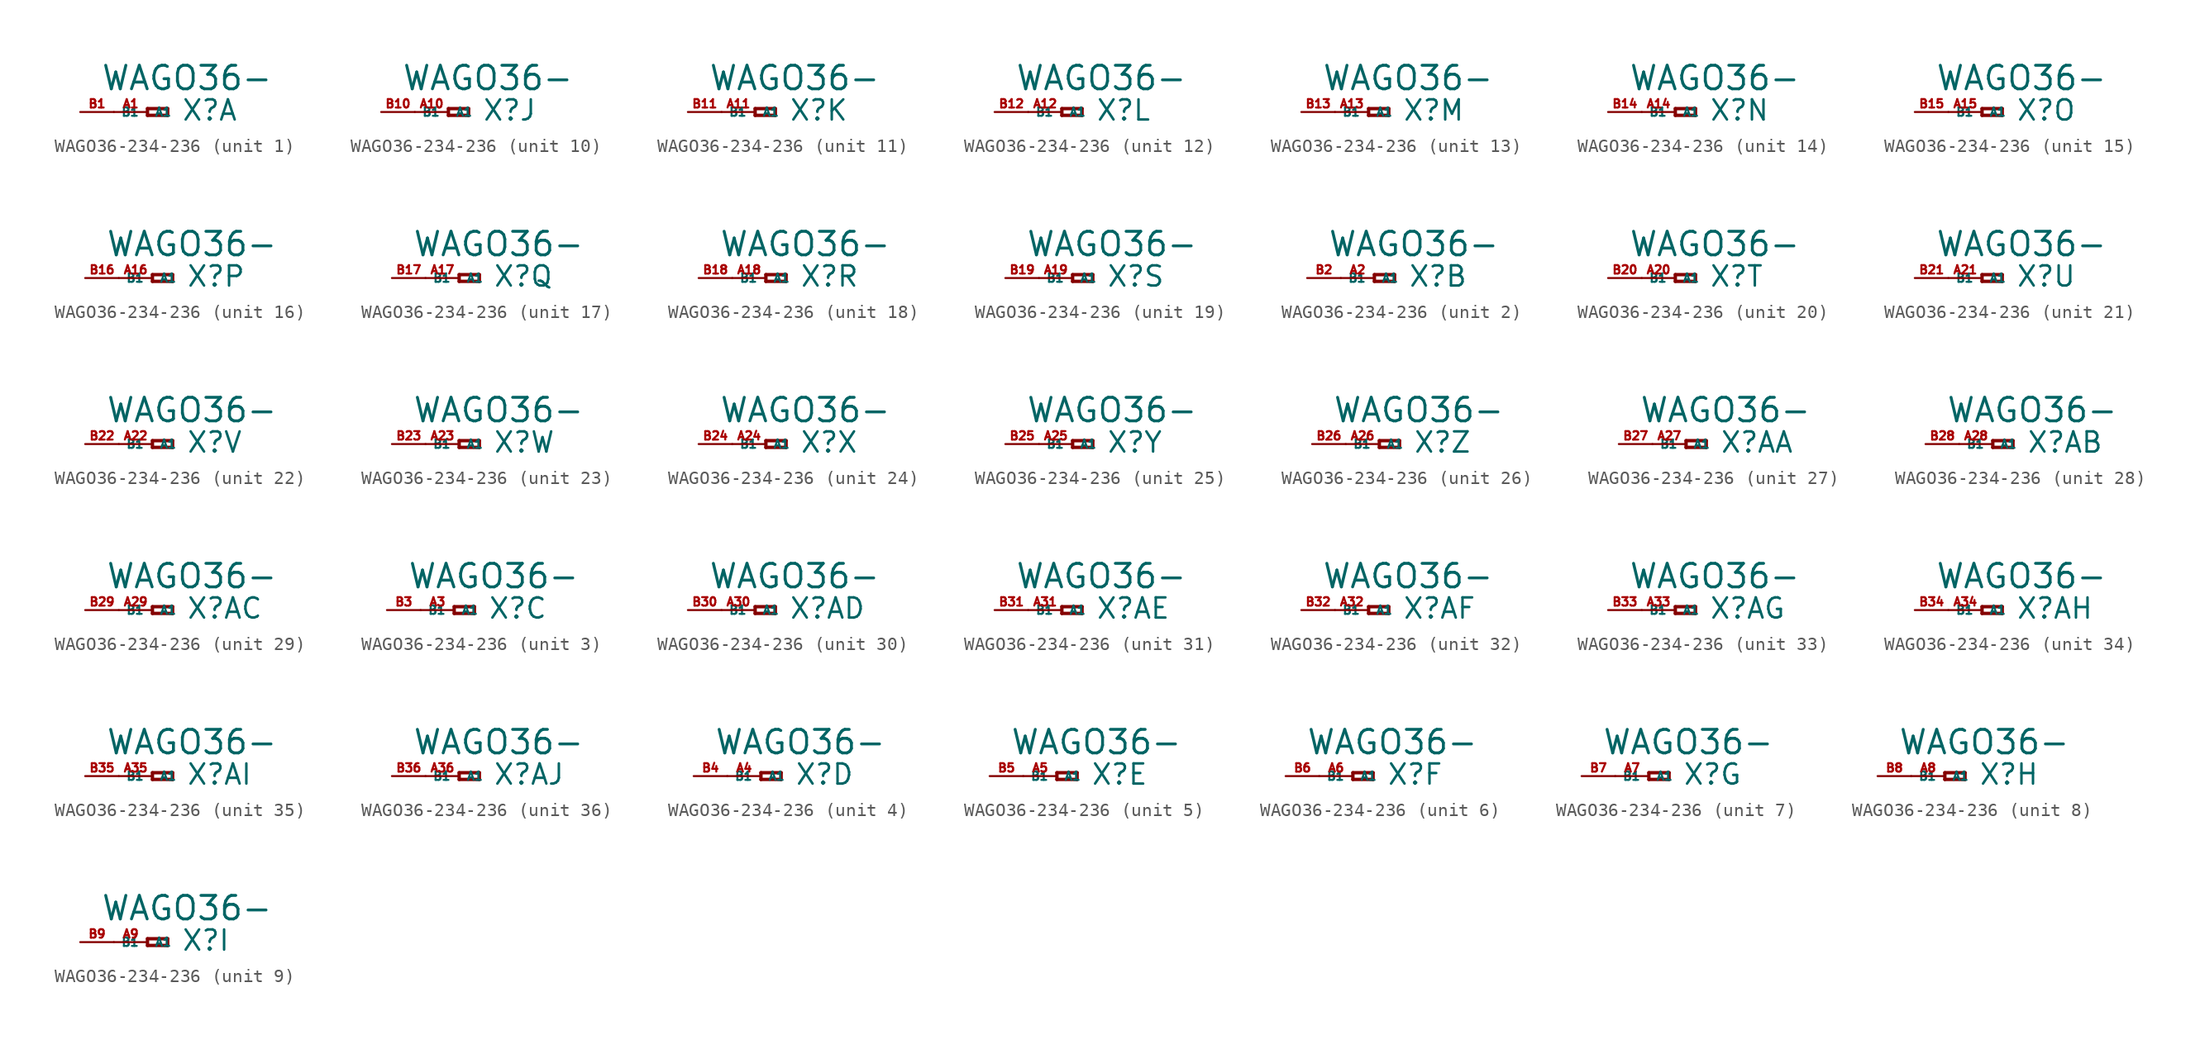
<source format=kicad_sym>
(kicad_symbol_lib
  (version 20220914)
  (generator Eagle2Kicad)
  (symbol "WAGO36-234-236"
    (property "Reference" "X"
      (at 2.54 -0.762 0)
      (effects (font (size 1.524 1.524) (thickness 0.19)) (justify left bottom)))
    (property "Value" "WAGO36-"
      (at -3.556 1.524 0)
      (effects (font (size 1.778 1.778) (thickness 0.22)) (justify left bottom)))
    (symbol "WAGO36-234-236_1_0"
      (polyline (pts (xy 0 0.254) (xy 0 -0.254)) (stroke (width 0.254) (type default)) (fill (type none)))
      (polyline (pts (xy 0 -0.254) (xy 1.524 -0.254)) (stroke (width 0.254) (type default)) (fill (type none)))
      (polyline (pts (xy 1.524 -0.254) (xy 1.524 0.254)) (stroke (width 0.254) (type default)) (fill (type none)))
      (polyline (pts (xy 1.524 0.254) (xy 0 0.254)) (stroke (width 0.254) (type default)) (fill (type none)))
      (pin passive line (at -2.54 0 0) (length 2.54) (name "A1" (effects (font (size 0.635 0.635) (thickness 0.08)) (justify left bottom))) (number "A1" (effects (font (size 0.635 0.635) (thickness 0.08)) (justify left bottom))))
      (pin passive line (at -5.08 0 0) (length 2.54) (name "B1" (effects (font (size 0.635 0.635) (thickness 0.08)) (justify left bottom))) (number "B1" (effects (font (size 0.635 0.635) (thickness 0.08)) (justify left bottom)))))
    (symbol "WAGO36-234-236_2_0"
      (polyline (pts (xy 0 0.254) (xy 0 -0.254)) (stroke (width 0.254) (type default)) (fill (type none)))
      (polyline (pts (xy 0 -0.254) (xy 1.524 -0.254)) (stroke (width 0.254) (type default)) (fill (type none)))
      (polyline (pts (xy 1.524 -0.254) (xy 1.524 0.254)) (stroke (width 0.254) (type default)) (fill (type none)))
      (polyline (pts (xy 1.524 0.254) (xy 0 0.254)) (stroke (width 0.254) (type default)) (fill (type none)))
      (pin passive line (at -2.54 0 0) (length 2.54) (name "A1" (effects (font (size 0.635 0.635) (thickness 0.08)) (justify left bottom))) (number "A2" (effects (font (size 0.635 0.635) (thickness 0.08)) (justify left bottom))))
      (pin passive line (at -5.08 0 0) (length 2.54) (name "B1" (effects (font (size 0.635 0.635) (thickness 0.08)) (justify left bottom))) (number "B2" (effects (font (size 0.635 0.635) (thickness 0.08)) (justify left bottom)))))
    (symbol "WAGO36-234-236_3_0"
      (polyline (pts (xy 0 0.254) (xy 0 -0.254)) (stroke (width 0.254) (type default)) (fill (type none)))
      (polyline (pts (xy 0 -0.254) (xy 1.524 -0.254)) (stroke (width 0.254) (type default)) (fill (type none)))
      (polyline (pts (xy 1.524 -0.254) (xy 1.524 0.254)) (stroke (width 0.254) (type default)) (fill (type none)))
      (polyline (pts (xy 1.524 0.254) (xy 0 0.254)) (stroke (width 0.254) (type default)) (fill (type none)))
      (pin passive line (at -2.54 0 0) (length 2.54) (name "A1" (effects (font (size 0.635 0.635) (thickness 0.08)) (justify left bottom))) (number "A3" (effects (font (size 0.635 0.635) (thickness 0.08)) (justify left bottom))))
      (pin passive line (at -5.08 0 0) (length 2.54) (name "B1" (effects (font (size 0.635 0.635) (thickness 0.08)) (justify left bottom))) (number "B3" (effects (font (size 0.635 0.635) (thickness 0.08)) (justify left bottom)))))
    (symbol "WAGO36-234-236_4_0"
      (polyline (pts (xy 0 0.254) (xy 0 -0.254)) (stroke (width 0.254) (type default)) (fill (type none)))
      (polyline (pts (xy 0 -0.254) (xy 1.524 -0.254)) (stroke (width 0.254) (type default)) (fill (type none)))
      (polyline (pts (xy 1.524 -0.254) (xy 1.524 0.254)) (stroke (width 0.254) (type default)) (fill (type none)))
      (polyline (pts (xy 1.524 0.254) (xy 0 0.254)) (stroke (width 0.254) (type default)) (fill (type none)))
      (pin passive line (at -2.54 0 0) (length 2.54) (name "A1" (effects (font (size 0.635 0.635) (thickness 0.08)) (justify left bottom))) (number "A4" (effects (font (size 0.635 0.635) (thickness 0.08)) (justify left bottom))))
      (pin passive line (at -5.08 0 0) (length 2.54) (name "B1" (effects (font (size 0.635 0.635) (thickness 0.08)) (justify left bottom))) (number "B4" (effects (font (size 0.635 0.635) (thickness 0.08)) (justify left bottom)))))
    (symbol "WAGO36-234-236_5_0"
      (polyline (pts (xy 0 0.254) (xy 0 -0.254)) (stroke (width 0.254) (type default)) (fill (type none)))
      (polyline (pts (xy 0 -0.254) (xy 1.524 -0.254)) (stroke (width 0.254) (type default)) (fill (type none)))
      (polyline (pts (xy 1.524 -0.254) (xy 1.524 0.254)) (stroke (width 0.254) (type default)) (fill (type none)))
      (polyline (pts (xy 1.524 0.254) (xy 0 0.254)) (stroke (width 0.254) (type default)) (fill (type none)))
      (pin passive line (at -2.54 0 0) (length 2.54) (name "A1" (effects (font (size 0.635 0.635) (thickness 0.08)) (justify left bottom))) (number "A5" (effects (font (size 0.635 0.635) (thickness 0.08)) (justify left bottom))))
      (pin passive line (at -5.08 0 0) (length 2.54) (name "B1" (effects (font (size 0.635 0.635) (thickness 0.08)) (justify left bottom))) (number "B5" (effects (font (size 0.635 0.635) (thickness 0.08)) (justify left bottom)))))
    (symbol "WAGO36-234-236_6_0"
      (polyline (pts (xy 0 0.254) (xy 0 -0.254)) (stroke (width 0.254) (type default)) (fill (type none)))
      (polyline (pts (xy 0 -0.254) (xy 1.524 -0.254)) (stroke (width 0.254) (type default)) (fill (type none)))
      (polyline (pts (xy 1.524 -0.254) (xy 1.524 0.254)) (stroke (width 0.254) (type default)) (fill (type none)))
      (polyline (pts (xy 1.524 0.254) (xy 0 0.254)) (stroke (width 0.254) (type default)) (fill (type none)))
      (pin passive line (at -2.54 0 0) (length 2.54) (name "A1" (effects (font (size 0.635 0.635) (thickness 0.08)) (justify left bottom))) (number "A6" (effects (font (size 0.635 0.635) (thickness 0.08)) (justify left bottom))))
      (pin passive line (at -5.08 0 0) (length 2.54) (name "B1" (effects (font (size 0.635 0.635) (thickness 0.08)) (justify left bottom))) (number "B6" (effects (font (size 0.635 0.635) (thickness 0.08)) (justify left bottom)))))
    (symbol "WAGO36-234-236_7_0"
      (polyline (pts (xy 0 0.254) (xy 0 -0.254)) (stroke (width 0.254) (type default)) (fill (type none)))
      (polyline (pts (xy 0 -0.254) (xy 1.524 -0.254)) (stroke (width 0.254) (type default)) (fill (type none)))
      (polyline (pts (xy 1.524 -0.254) (xy 1.524 0.254)) (stroke (width 0.254) (type default)) (fill (type none)))
      (polyline (pts (xy 1.524 0.254) (xy 0 0.254)) (stroke (width 0.254) (type default)) (fill (type none)))
      (pin passive line (at -2.54 0 0) (length 2.54) (name "A1" (effects (font (size 0.635 0.635) (thickness 0.08)) (justify left bottom))) (number "A7" (effects (font (size 0.635 0.635) (thickness 0.08)) (justify left bottom))))
      (pin passive line (at -5.08 0 0) (length 2.54) (name "B1" (effects (font (size 0.635 0.635) (thickness 0.08)) (justify left bottom))) (number "B7" (effects (font (size 0.635 0.635) (thickness 0.08)) (justify left bottom)))))
    (symbol "WAGO36-234-236_8_0"
      (polyline (pts (xy 0 0.254) (xy 0 -0.254)) (stroke (width 0.254) (type default)) (fill (type none)))
      (polyline (pts (xy 0 -0.254) (xy 1.524 -0.254)) (stroke (width 0.254) (type default)) (fill (type none)))
      (polyline (pts (xy 1.524 -0.254) (xy 1.524 0.254)) (stroke (width 0.254) (type default)) (fill (type none)))
      (polyline (pts (xy 1.524 0.254) (xy 0 0.254)) (stroke (width 0.254) (type default)) (fill (type none)))
      (pin passive line (at -2.54 0 0) (length 2.54) (name "A1" (effects (font (size 0.635 0.635) (thickness 0.08)) (justify left bottom))) (number "A8" (effects (font (size 0.635 0.635) (thickness 0.08)) (justify left bottom))))
      (pin passive line (at -5.08 0 0) (length 2.54) (name "B1" (effects (font (size 0.635 0.635) (thickness 0.08)) (justify left bottom))) (number "B8" (effects (font (size 0.635 0.635) (thickness 0.08)) (justify left bottom)))))
    (symbol "WAGO36-234-236_9_0"
      (polyline (pts (xy 0 0.254) (xy 0 -0.254)) (stroke (width 0.254) (type default)) (fill (type none)))
      (polyline (pts (xy 0 -0.254) (xy 1.524 -0.254)) (stroke (width 0.254) (type default)) (fill (type none)))
      (polyline (pts (xy 1.524 -0.254) (xy 1.524 0.254)) (stroke (width 0.254) (type default)) (fill (type none)))
      (polyline (pts (xy 1.524 0.254) (xy 0 0.254)) (stroke (width 0.254) (type default)) (fill (type none)))
      (pin passive line (at -2.54 0 0) (length 2.54) (name "A1" (effects (font (size 0.635 0.635) (thickness 0.08)) (justify left bottom))) (number "A9" (effects (font (size 0.635 0.635) (thickness 0.08)) (justify left bottom))))
      (pin passive line (at -5.08 0 0) (length 2.54) (name "B1" (effects (font (size 0.635 0.635) (thickness 0.08)) (justify left bottom))) (number "B9" (effects (font (size 0.635 0.635) (thickness 0.08)) (justify left bottom)))))
    (symbol "WAGO36-234-236_10_0"
      (polyline (pts (xy 0 0.254) (xy 0 -0.254)) (stroke (width 0.254) (type default)) (fill (type none)))
      (polyline (pts (xy 0 -0.254) (xy 1.524 -0.254)) (stroke (width 0.254) (type default)) (fill (type none)))
      (polyline (pts (xy 1.524 -0.254) (xy 1.524 0.254)) (stroke (width 0.254) (type default)) (fill (type none)))
      (polyline (pts (xy 1.524 0.254) (xy 0 0.254)) (stroke (width 0.254) (type default)) (fill (type none)))
      (pin passive line (at -2.54 0 0) (length 2.54) (name "A1" (effects (font (size 0.635 0.635) (thickness 0.08)) (justify left bottom))) (number "A10" (effects (font (size 0.635 0.635) (thickness 0.08)) (justify left bottom))))
      (pin passive line (at -5.08 0 0) (length 2.54) (name "B1" (effects (font (size 0.635 0.635) (thickness 0.08)) (justify left bottom))) (number "B10" (effects (font (size 0.635 0.635) (thickness 0.08)) (justify left bottom)))))
    (symbol "WAGO36-234-236_11_0"
      (polyline (pts (xy 0 0.254) (xy 0 -0.254)) (stroke (width 0.254) (type default)) (fill (type none)))
      (polyline (pts (xy 0 -0.254) (xy 1.524 -0.254)) (stroke (width 0.254) (type default)) (fill (type none)))
      (polyline (pts (xy 1.524 -0.254) (xy 1.524 0.254)) (stroke (width 0.254) (type default)) (fill (type none)))
      (polyline (pts (xy 1.524 0.254) (xy 0 0.254)) (stroke (width 0.254) (type default)) (fill (type none)))
      (pin passive line (at -2.54 0 0) (length 2.54) (name "A1" (effects (font (size 0.635 0.635) (thickness 0.08)) (justify left bottom))) (number "A11" (effects (font (size 0.635 0.635) (thickness 0.08)) (justify left bottom))))
      (pin passive line (at -5.08 0 0) (length 2.54) (name "B1" (effects (font (size 0.635 0.635) (thickness 0.08)) (justify left bottom))) (number "B11" (effects (font (size 0.635 0.635) (thickness 0.08)) (justify left bottom)))))
    (symbol "WAGO36-234-236_12_0"
      (polyline (pts (xy 0 0.254) (xy 0 -0.254)) (stroke (width 0.254) (type default)) (fill (type none)))
      (polyline (pts (xy 0 -0.254) (xy 1.524 -0.254)) (stroke (width 0.254) (type default)) (fill (type none)))
      (polyline (pts (xy 1.524 -0.254) (xy 1.524 0.254)) (stroke (width 0.254) (type default)) (fill (type none)))
      (polyline (pts (xy 1.524 0.254) (xy 0 0.254)) (stroke (width 0.254) (type default)) (fill (type none)))
      (pin passive line (at -2.54 0 0) (length 2.54) (name "A1" (effects (font (size 0.635 0.635) (thickness 0.08)) (justify left bottom))) (number "A12" (effects (font (size 0.635 0.635) (thickness 0.08)) (justify left bottom))))
      (pin passive line (at -5.08 0 0) (length 2.54) (name "B1" (effects (font (size 0.635 0.635) (thickness 0.08)) (justify left bottom))) (number "B12" (effects (font (size 0.635 0.635) (thickness 0.08)) (justify left bottom)))))
    (symbol "WAGO36-234-236_13_0"
      (polyline (pts (xy 0 0.254) (xy 0 -0.254)) (stroke (width 0.254) (type default)) (fill (type none)))
      (polyline (pts (xy 0 -0.254) (xy 1.524 -0.254)) (stroke (width 0.254) (type default)) (fill (type none)))
      (polyline (pts (xy 1.524 -0.254) (xy 1.524 0.254)) (stroke (width 0.254) (type default)) (fill (type none)))
      (polyline (pts (xy 1.524 0.254) (xy 0 0.254)) (stroke (width 0.254) (type default)) (fill (type none)))
      (pin passive line (at -2.54 0 0) (length 2.54) (name "A1" (effects (font (size 0.635 0.635) (thickness 0.08)) (justify left bottom))) (number "A13" (effects (font (size 0.635 0.635) (thickness 0.08)) (justify left bottom))))
      (pin passive line (at -5.08 0 0) (length 2.54) (name "B1" (effects (font (size 0.635 0.635) (thickness 0.08)) (justify left bottom))) (number "B13" (effects (font (size 0.635 0.635) (thickness 0.08)) (justify left bottom)))))
    (symbol "WAGO36-234-236_14_0"
      (polyline (pts (xy 0 0.254) (xy 0 -0.254)) (stroke (width 0.254) (type default)) (fill (type none)))
      (polyline (pts (xy 0 -0.254) (xy 1.524 -0.254)) (stroke (width 0.254) (type default)) (fill (type none)))
      (polyline (pts (xy 1.524 -0.254) (xy 1.524 0.254)) (stroke (width 0.254) (type default)) (fill (type none)))
      (polyline (pts (xy 1.524 0.254) (xy 0 0.254)) (stroke (width 0.254) (type default)) (fill (type none)))
      (pin passive line (at -2.54 0 0) (length 2.54) (name "A1" (effects (font (size 0.635 0.635) (thickness 0.08)) (justify left bottom))) (number "A14" (effects (font (size 0.635 0.635) (thickness 0.08)) (justify left bottom))))
      (pin passive line (at -5.08 0 0) (length 2.54) (name "B1" (effects (font (size 0.635 0.635) (thickness 0.08)) (justify left bottom))) (number "B14" (effects (font (size 0.635 0.635) (thickness 0.08)) (justify left bottom)))))
    (symbol "WAGO36-234-236_15_0"
      (polyline (pts (xy 0 0.254) (xy 0 -0.254)) (stroke (width 0.254) (type default)) (fill (type none)))
      (polyline (pts (xy 0 -0.254) (xy 1.524 -0.254)) (stroke (width 0.254) (type default)) (fill (type none)))
      (polyline (pts (xy 1.524 -0.254) (xy 1.524 0.254)) (stroke (width 0.254) (type default)) (fill (type none)))
      (polyline (pts (xy 1.524 0.254) (xy 0 0.254)) (stroke (width 0.254) (type default)) (fill (type none)))
      (pin passive line (at -2.54 0 0) (length 2.54) (name "A1" (effects (font (size 0.635 0.635) (thickness 0.08)) (justify left bottom))) (number "A15" (effects (font (size 0.635 0.635) (thickness 0.08)) (justify left bottom))))
      (pin passive line (at -5.08 0 0) (length 2.54) (name "B1" (effects (font (size 0.635 0.635) (thickness 0.08)) (justify left bottom))) (number "B15" (effects (font (size 0.635 0.635) (thickness 0.08)) (justify left bottom)))))
    (symbol "WAGO36-234-236_16_0"
      (polyline (pts (xy 0 0.254) (xy 0 -0.254)) (stroke (width 0.254) (type default)) (fill (type none)))
      (polyline (pts (xy 0 -0.254) (xy 1.524 -0.254)) (stroke (width 0.254) (type default)) (fill (type none)))
      (polyline (pts (xy 1.524 -0.254) (xy 1.524 0.254)) (stroke (width 0.254) (type default)) (fill (type none)))
      (polyline (pts (xy 1.524 0.254) (xy 0 0.254)) (stroke (width 0.254) (type default)) (fill (type none)))
      (pin passive line (at -2.54 0 0) (length 2.54) (name "A1" (effects (font (size 0.635 0.635) (thickness 0.08)) (justify left bottom))) (number "A16" (effects (font (size 0.635 0.635) (thickness 0.08)) (justify left bottom))))
      (pin passive line (at -5.08 0 0) (length 2.54) (name "B1" (effects (font (size 0.635 0.635) (thickness 0.08)) (justify left bottom))) (number "B16" (effects (font (size 0.635 0.635) (thickness 0.08)) (justify left bottom)))))
    (symbol "WAGO36-234-236_17_0"
      (polyline (pts (xy 0 0.254) (xy 0 -0.254)) (stroke (width 0.254) (type default)) (fill (type none)))
      (polyline (pts (xy 0 -0.254) (xy 1.524 -0.254)) (stroke (width 0.254) (type default)) (fill (type none)))
      (polyline (pts (xy 1.524 -0.254) (xy 1.524 0.254)) (stroke (width 0.254) (type default)) (fill (type none)))
      (polyline (pts (xy 1.524 0.254) (xy 0 0.254)) (stroke (width 0.254) (type default)) (fill (type none)))
      (pin passive line (at -2.54 0 0) (length 2.54) (name "A1" (effects (font (size 0.635 0.635) (thickness 0.08)) (justify left bottom))) (number "A17" (effects (font (size 0.635 0.635) (thickness 0.08)) (justify left bottom))))
      (pin passive line (at -5.08 0 0) (length 2.54) (name "B1" (effects (font (size 0.635 0.635) (thickness 0.08)) (justify left bottom))) (number "B17" (effects (font (size 0.635 0.635) (thickness 0.08)) (justify left bottom)))))
    (symbol "WAGO36-234-236_18_0"
      (polyline (pts (xy 0 0.254) (xy 0 -0.254)) (stroke (width 0.254) (type default)) (fill (type none)))
      (polyline (pts (xy 0 -0.254) (xy 1.524 -0.254)) (stroke (width 0.254) (type default)) (fill (type none)))
      (polyline (pts (xy 1.524 -0.254) (xy 1.524 0.254)) (stroke (width 0.254) (type default)) (fill (type none)))
      (polyline (pts (xy 1.524 0.254) (xy 0 0.254)) (stroke (width 0.254) (type default)) (fill (type none)))
      (pin passive line (at -2.54 0 0) (length 2.54) (name "A1" (effects (font (size 0.635 0.635) (thickness 0.08)) (justify left bottom))) (number "A18" (effects (font (size 0.635 0.635) (thickness 0.08)) (justify left bottom))))
      (pin passive line (at -5.08 0 0) (length 2.54) (name "B1" (effects (font (size 0.635 0.635) (thickness 0.08)) (justify left bottom))) (number "B18" (effects (font (size 0.635 0.635) (thickness 0.08)) (justify left bottom)))))
    (symbol "WAGO36-234-236_19_0"
      (polyline (pts (xy 0 0.254) (xy 0 -0.254)) (stroke (width 0.254) (type default)) (fill (type none)))
      (polyline (pts (xy 0 -0.254) (xy 1.524 -0.254)) (stroke (width 0.254) (type default)) (fill (type none)))
      (polyline (pts (xy 1.524 -0.254) (xy 1.524 0.254)) (stroke (width 0.254) (type default)) (fill (type none)))
      (polyline (pts (xy 1.524 0.254) (xy 0 0.254)) (stroke (width 0.254) (type default)) (fill (type none)))
      (pin passive line (at -2.54 0 0) (length 2.54) (name "A1" (effects (font (size 0.635 0.635) (thickness 0.08)) (justify left bottom))) (number "A19" (effects (font (size 0.635 0.635) (thickness 0.08)) (justify left bottom))))
      (pin passive line (at -5.08 0 0) (length 2.54) (name "B1" (effects (font (size 0.635 0.635) (thickness 0.08)) (justify left bottom))) (number "B19" (effects (font (size 0.635 0.635) (thickness 0.08)) (justify left bottom)))))
    (symbol "WAGO36-234-236_20_0"
      (polyline (pts (xy 0 0.254) (xy 0 -0.254)) (stroke (width 0.254) (type default)) (fill (type none)))
      (polyline (pts (xy 0 -0.254) (xy 1.524 -0.254)) (stroke (width 0.254) (type default)) (fill (type none)))
      (polyline (pts (xy 1.524 -0.254) (xy 1.524 0.254)) (stroke (width 0.254) (type default)) (fill (type none)))
      (polyline (pts (xy 1.524 0.254) (xy 0 0.254)) (stroke (width 0.254) (type default)) (fill (type none)))
      (pin passive line (at -2.54 0 0) (length 2.54) (name "A1" (effects (font (size 0.635 0.635) (thickness 0.08)) (justify left bottom))) (number "A20" (effects (font (size 0.635 0.635) (thickness 0.08)) (justify left bottom))))
      (pin passive line (at -5.08 0 0) (length 2.54) (name "B1" (effects (font (size 0.635 0.635) (thickness 0.08)) (justify left bottom))) (number "B20" (effects (font (size 0.635 0.635) (thickness 0.08)) (justify left bottom)))))
    (symbol "WAGO36-234-236_21_0"
      (polyline (pts (xy 0 0.254) (xy 0 -0.254)) (stroke (width 0.254) (type default)) (fill (type none)))
      (polyline (pts (xy 0 -0.254) (xy 1.524 -0.254)) (stroke (width 0.254) (type default)) (fill (type none)))
      (polyline (pts (xy 1.524 -0.254) (xy 1.524 0.254)) (stroke (width 0.254) (type default)) (fill (type none)))
      (polyline (pts (xy 1.524 0.254) (xy 0 0.254)) (stroke (width 0.254) (type default)) (fill (type none)))
      (pin passive line (at -2.54 0 0) (length 2.54) (name "A1" (effects (font (size 0.635 0.635) (thickness 0.08)) (justify left bottom))) (number "A21" (effects (font (size 0.635 0.635) (thickness 0.08)) (justify left bottom))))
      (pin passive line (at -5.08 0 0) (length 2.54) (name "B1" (effects (font (size 0.635 0.635) (thickness 0.08)) (justify left bottom))) (number "B21" (effects (font (size 0.635 0.635) (thickness 0.08)) (justify left bottom)))))
    (symbol "WAGO36-234-236_22_0"
      (polyline (pts (xy 0 0.254) (xy 0 -0.254)) (stroke (width 0.254) (type default)) (fill (type none)))
      (polyline (pts (xy 0 -0.254) (xy 1.524 -0.254)) (stroke (width 0.254) (type default)) (fill (type none)))
      (polyline (pts (xy 1.524 -0.254) (xy 1.524 0.254)) (stroke (width 0.254) (type default)) (fill (type none)))
      (polyline (pts (xy 1.524 0.254) (xy 0 0.254)) (stroke (width 0.254) (type default)) (fill (type none)))
      (pin passive line (at -2.54 0 0) (length 2.54) (name "A1" (effects (font (size 0.635 0.635) (thickness 0.08)) (justify left bottom))) (number "A22" (effects (font (size 0.635 0.635) (thickness 0.08)) (justify left bottom))))
      (pin passive line (at -5.08 0 0) (length 2.54) (name "B1" (effects (font (size 0.635 0.635) (thickness 0.08)) (justify left bottom))) (number "B22" (effects (font (size 0.635 0.635) (thickness 0.08)) (justify left bottom)))))
    (symbol "WAGO36-234-236_23_0"
      (polyline (pts (xy 0 0.254) (xy 0 -0.254)) (stroke (width 0.254) (type default)) (fill (type none)))
      (polyline (pts (xy 0 -0.254) (xy 1.524 -0.254)) (stroke (width 0.254) (type default)) (fill (type none)))
      (polyline (pts (xy 1.524 -0.254) (xy 1.524 0.254)) (stroke (width 0.254) (type default)) (fill (type none)))
      (polyline (pts (xy 1.524 0.254) (xy 0 0.254)) (stroke (width 0.254) (type default)) (fill (type none)))
      (pin passive line (at -2.54 0 0) (length 2.54) (name "A1" (effects (font (size 0.635 0.635) (thickness 0.08)) (justify left bottom))) (number "A23" (effects (font (size 0.635 0.635) (thickness 0.08)) (justify left bottom))))
      (pin passive line (at -5.08 0 0) (length 2.54) (name "B1" (effects (font (size 0.635 0.635) (thickness 0.08)) (justify left bottom))) (number "B23" (effects (font (size 0.635 0.635) (thickness 0.08)) (justify left bottom)))))
    (symbol "WAGO36-234-236_24_0"
      (polyline (pts (xy 0 0.254) (xy 0 -0.254)) (stroke (width 0.254) (type default)) (fill (type none)))
      (polyline (pts (xy 0 -0.254) (xy 1.524 -0.254)) (stroke (width 0.254) (type default)) (fill (type none)))
      (polyline (pts (xy 1.524 -0.254) (xy 1.524 0.254)) (stroke (width 0.254) (type default)) (fill (type none)))
      (polyline (pts (xy 1.524 0.254) (xy 0 0.254)) (stroke (width 0.254) (type default)) (fill (type none)))
      (pin passive line (at -2.54 0 0) (length 2.54) (name "A1" (effects (font (size 0.635 0.635) (thickness 0.08)) (justify left bottom))) (number "A24" (effects (font (size 0.635 0.635) (thickness 0.08)) (justify left bottom))))
      (pin passive line (at -5.08 0 0) (length 2.54) (name "B1" (effects (font (size 0.635 0.635) (thickness 0.08)) (justify left bottom))) (number "B24" (effects (font (size 0.635 0.635) (thickness 0.08)) (justify left bottom)))))
    (symbol "WAGO36-234-236_25_0"
      (polyline (pts (xy 0 0.254) (xy 0 -0.254)) (stroke (width 0.254) (type default)) (fill (type none)))
      (polyline (pts (xy 0 -0.254) (xy 1.524 -0.254)) (stroke (width 0.254) (type default)) (fill (type none)))
      (polyline (pts (xy 1.524 -0.254) (xy 1.524 0.254)) (stroke (width 0.254) (type default)) (fill (type none)))
      (polyline (pts (xy 1.524 0.254) (xy 0 0.254)) (stroke (width 0.254) (type default)) (fill (type none)))
      (pin passive line (at -2.54 0 0) (length 2.54) (name "A1" (effects (font (size 0.635 0.635) (thickness 0.08)) (justify left bottom))) (number "A25" (effects (font (size 0.635 0.635) (thickness 0.08)) (justify left bottom))))
      (pin passive line (at -5.08 0 0) (length 2.54) (name "B1" (effects (font (size 0.635 0.635) (thickness 0.08)) (justify left bottom))) (number "B25" (effects (font (size 0.635 0.635) (thickness 0.08)) (justify left bottom)))))
    (symbol "WAGO36-234-236_26_0"
      (polyline (pts (xy 0 0.254) (xy 0 -0.254)) (stroke (width 0.254) (type default)) (fill (type none)))
      (polyline (pts (xy 0 -0.254) (xy 1.524 -0.254)) (stroke (width 0.254) (type default)) (fill (type none)))
      (polyline (pts (xy 1.524 -0.254) (xy 1.524 0.254)) (stroke (width 0.254) (type default)) (fill (type none)))
      (polyline (pts (xy 1.524 0.254) (xy 0 0.254)) (stroke (width 0.254) (type default)) (fill (type none)))
      (pin passive line (at -2.54 0 0) (length 2.54) (name "A1" (effects (font (size 0.635 0.635) (thickness 0.08)) (justify left bottom))) (number "A26" (effects (font (size 0.635 0.635) (thickness 0.08)) (justify left bottom))))
      (pin passive line (at -5.08 0 0) (length 2.54) (name "B1" (effects (font (size 0.635 0.635) (thickness 0.08)) (justify left bottom))) (number "B26" (effects (font (size 0.635 0.635) (thickness 0.08)) (justify left bottom)))))
    (symbol "WAGO36-234-236_27_0"
      (polyline (pts (xy 0 0.254) (xy 0 -0.254)) (stroke (width 0.254) (type default)) (fill (type none)))
      (polyline (pts (xy 0 -0.254) (xy 1.524 -0.254)) (stroke (width 0.254) (type default)) (fill (type none)))
      (polyline (pts (xy 1.524 -0.254) (xy 1.524 0.254)) (stroke (width 0.254) (type default)) (fill (type none)))
      (polyline (pts (xy 1.524 0.254) (xy 0 0.254)) (stroke (width 0.254) (type default)) (fill (type none)))
      (pin passive line (at -2.54 0 0) (length 2.54) (name "A1" (effects (font (size 0.635 0.635) (thickness 0.08)) (justify left bottom))) (number "A27" (effects (font (size 0.635 0.635) (thickness 0.08)) (justify left bottom))))
      (pin passive line (at -5.08 0 0) (length 2.54) (name "B1" (effects (font (size 0.635 0.635) (thickness 0.08)) (justify left bottom))) (number "B27" (effects (font (size 0.635 0.635) (thickness 0.08)) (justify left bottom)))))
    (symbol "WAGO36-234-236_28_0"
      (polyline (pts (xy 0 0.254) (xy 0 -0.254)) (stroke (width 0.254) (type default)) (fill (type none)))
      (polyline (pts (xy 0 -0.254) (xy 1.524 -0.254)) (stroke (width 0.254) (type default)) (fill (type none)))
      (polyline (pts (xy 1.524 -0.254) (xy 1.524 0.254)) (stroke (width 0.254) (type default)) (fill (type none)))
      (polyline (pts (xy 1.524 0.254) (xy 0 0.254)) (stroke (width 0.254) (type default)) (fill (type none)))
      (pin passive line (at -2.54 0 0) (length 2.54) (name "A1" (effects (font (size 0.635 0.635) (thickness 0.08)) (justify left bottom))) (number "A28" (effects (font (size 0.635 0.635) (thickness 0.08)) (justify left bottom))))
      (pin passive line (at -5.08 0 0) (length 2.54) (name "B1" (effects (font (size 0.635 0.635) (thickness 0.08)) (justify left bottom))) (number "B28" (effects (font (size 0.635 0.635) (thickness 0.08)) (justify left bottom)))))
    (symbol "WAGO36-234-236_29_0"
      (polyline (pts (xy 0 0.254) (xy 0 -0.254)) (stroke (width 0.254) (type default)) (fill (type none)))
      (polyline (pts (xy 0 -0.254) (xy 1.524 -0.254)) (stroke (width 0.254) (type default)) (fill (type none)))
      (polyline (pts (xy 1.524 -0.254) (xy 1.524 0.254)) (stroke (width 0.254) (type default)) (fill (type none)))
      (polyline (pts (xy 1.524 0.254) (xy 0 0.254)) (stroke (width 0.254) (type default)) (fill (type none)))
      (pin passive line (at -2.54 0 0) (length 2.54) (name "A1" (effects (font (size 0.635 0.635) (thickness 0.08)) (justify left bottom))) (number "A29" (effects (font (size 0.635 0.635) (thickness 0.08)) (justify left bottom))))
      (pin passive line (at -5.08 0 0) (length 2.54) (name "B1" (effects (font (size 0.635 0.635) (thickness 0.08)) (justify left bottom))) (number "B29" (effects (font (size 0.635 0.635) (thickness 0.08)) (justify left bottom)))))
    (symbol "WAGO36-234-236_30_0"
      (polyline (pts (xy 0 0.254) (xy 0 -0.254)) (stroke (width 0.254) (type default)) (fill (type none)))
      (polyline (pts (xy 0 -0.254) (xy 1.524 -0.254)) (stroke (width 0.254) (type default)) (fill (type none)))
      (polyline (pts (xy 1.524 -0.254) (xy 1.524 0.254)) (stroke (width 0.254) (type default)) (fill (type none)))
      (polyline (pts (xy 1.524 0.254) (xy 0 0.254)) (stroke (width 0.254) (type default)) (fill (type none)))
      (pin passive line (at -2.54 0 0) (length 2.54) (name "A1" (effects (font (size 0.635 0.635) (thickness 0.08)) (justify left bottom))) (number "A30" (effects (font (size 0.635 0.635) (thickness 0.08)) (justify left bottom))))
      (pin passive line (at -5.08 0 0) (length 2.54) (name "B1" (effects (font (size 0.635 0.635) (thickness 0.08)) (justify left bottom))) (number "B30" (effects (font (size 0.635 0.635) (thickness 0.08)) (justify left bottom)))))
    (symbol "WAGO36-234-236_31_0"
      (polyline (pts (xy 0 0.254) (xy 0 -0.254)) (stroke (width 0.254) (type default)) (fill (type none)))
      (polyline (pts (xy 0 -0.254) (xy 1.524 -0.254)) (stroke (width 0.254) (type default)) (fill (type none)))
      (polyline (pts (xy 1.524 -0.254) (xy 1.524 0.254)) (stroke (width 0.254) (type default)) (fill (type none)))
      (polyline (pts (xy 1.524 0.254) (xy 0 0.254)) (stroke (width 0.254) (type default)) (fill (type none)))
      (pin passive line (at -2.54 0 0) (length 2.54) (name "A1" (effects (font (size 0.635 0.635) (thickness 0.08)) (justify left bottom))) (number "A31" (effects (font (size 0.635 0.635) (thickness 0.08)) (justify left bottom))))
      (pin passive line (at -5.08 0 0) (length 2.54) (name "B1" (effects (font (size 0.635 0.635) (thickness 0.08)) (justify left bottom))) (number "B31" (effects (font (size 0.635 0.635) (thickness 0.08)) (justify left bottom)))))
    (symbol "WAGO36-234-236_32_0"
      (polyline (pts (xy 0 0.254) (xy 0 -0.254)) (stroke (width 0.254) (type default)) (fill (type none)))
      (polyline (pts (xy 0 -0.254) (xy 1.524 -0.254)) (stroke (width 0.254) (type default)) (fill (type none)))
      (polyline (pts (xy 1.524 -0.254) (xy 1.524 0.254)) (stroke (width 0.254) (type default)) (fill (type none)))
      (polyline (pts (xy 1.524 0.254) (xy 0 0.254)) (stroke (width 0.254) (type default)) (fill (type none)))
      (pin passive line (at -2.54 0 0) (length 2.54) (name "A1" (effects (font (size 0.635 0.635) (thickness 0.08)) (justify left bottom))) (number "A32" (effects (font (size 0.635 0.635) (thickness 0.08)) (justify left bottom))))
      (pin passive line (at -5.08 0 0) (length 2.54) (name "B1" (effects (font (size 0.635 0.635) (thickness 0.08)) (justify left bottom))) (number "B32" (effects (font (size 0.635 0.635) (thickness 0.08)) (justify left bottom)))))
    (symbol "WAGO36-234-236_33_0"
      (polyline (pts (xy 0 0.254) (xy 0 -0.254)) (stroke (width 0.254) (type default)) (fill (type none)))
      (polyline (pts (xy 0 -0.254) (xy 1.524 -0.254)) (stroke (width 0.254) (type default)) (fill (type none)))
      (polyline (pts (xy 1.524 -0.254) (xy 1.524 0.254)) (stroke (width 0.254) (type default)) (fill (type none)))
      (polyline (pts (xy 1.524 0.254) (xy 0 0.254)) (stroke (width 0.254) (type default)) (fill (type none)))
      (pin passive line (at -2.54 0 0) (length 2.54) (name "A1" (effects (font (size 0.635 0.635) (thickness 0.08)) (justify left bottom))) (number "A33" (effects (font (size 0.635 0.635) (thickness 0.08)) (justify left bottom))))
      (pin passive line (at -5.08 0 0) (length 2.54) (name "B1" (effects (font (size 0.635 0.635) (thickness 0.08)) (justify left bottom))) (number "B33" (effects (font (size 0.635 0.635) (thickness 0.08)) (justify left bottom)))))
    (symbol "WAGO36-234-236_34_0"
      (polyline (pts (xy 0 0.254) (xy 0 -0.254)) (stroke (width 0.254) (type default)) (fill (type none)))
      (polyline (pts (xy 0 -0.254) (xy 1.524 -0.254)) (stroke (width 0.254) (type default)) (fill (type none)))
      (polyline (pts (xy 1.524 -0.254) (xy 1.524 0.254)) (stroke (width 0.254) (type default)) (fill (type none)))
      (polyline (pts (xy 1.524 0.254) (xy 0 0.254)) (stroke (width 0.254) (type default)) (fill (type none)))
      (pin passive line (at -2.54 0 0) (length 2.54) (name "A1" (effects (font (size 0.635 0.635) (thickness 0.08)) (justify left bottom))) (number "A34" (effects (font (size 0.635 0.635) (thickness 0.08)) (justify left bottom))))
      (pin passive line (at -5.08 0 0) (length 2.54) (name "B1" (effects (font (size 0.635 0.635) (thickness 0.08)) (justify left bottom))) (number "B34" (effects (font (size 0.635 0.635) (thickness 0.08)) (justify left bottom)))))
    (symbol "WAGO36-234-236_35_0"
      (polyline (pts (xy 0 0.254) (xy 0 -0.254)) (stroke (width 0.254) (type default)) (fill (type none)))
      (polyline (pts (xy 0 -0.254) (xy 1.524 -0.254)) (stroke (width 0.254) (type default)) (fill (type none)))
      (polyline (pts (xy 1.524 -0.254) (xy 1.524 0.254)) (stroke (width 0.254) (type default)) (fill (type none)))
      (polyline (pts (xy 1.524 0.254) (xy 0 0.254)) (stroke (width 0.254) (type default)) (fill (type none)))
      (pin passive line (at -2.54 0 0) (length 2.54) (name "A1" (effects (font (size 0.635 0.635) (thickness 0.08)) (justify left bottom))) (number "A35" (effects (font (size 0.635 0.635) (thickness 0.08)) (justify left bottom))))
      (pin passive line (at -5.08 0 0) (length 2.54) (name "B1" (effects (font (size 0.635 0.635) (thickness 0.08)) (justify left bottom))) (number "B35" (effects (font (size 0.635 0.635) (thickness 0.08)) (justify left bottom)))))
    (symbol "WAGO36-234-236_36_0"
      (polyline (pts (xy 0 0.254) (xy 0 -0.254)) (stroke (width 0.254) (type default)) (fill (type none)))
      (polyline (pts (xy 0 -0.254) (xy 1.524 -0.254)) (stroke (width 0.254) (type default)) (fill (type none)))
      (polyline (pts (xy 1.524 -0.254) (xy 1.524 0.254)) (stroke (width 0.254) (type default)) (fill (type none)))
      (polyline (pts (xy 1.524 0.254) (xy 0 0.254)) (stroke (width 0.254) (type default)) (fill (type none)))
      (pin passive line (at -2.54 0 0) (length 2.54) (name "A1" (effects (font (size 0.635 0.635) (thickness 0.08)) (justify left bottom))) (number "A36" (effects (font (size 0.635 0.635) (thickness 0.08)) (justify left bottom))))
      (pin passive line (at -5.08 0 0) (length 2.54) (name "B1" (effects (font (size 0.635 0.635) (thickness 0.08)) (justify left bottom))) (number "B36" (effects (font (size 0.635 0.635) (thickness 0.08)) (justify left bottom)))))))
</source>
